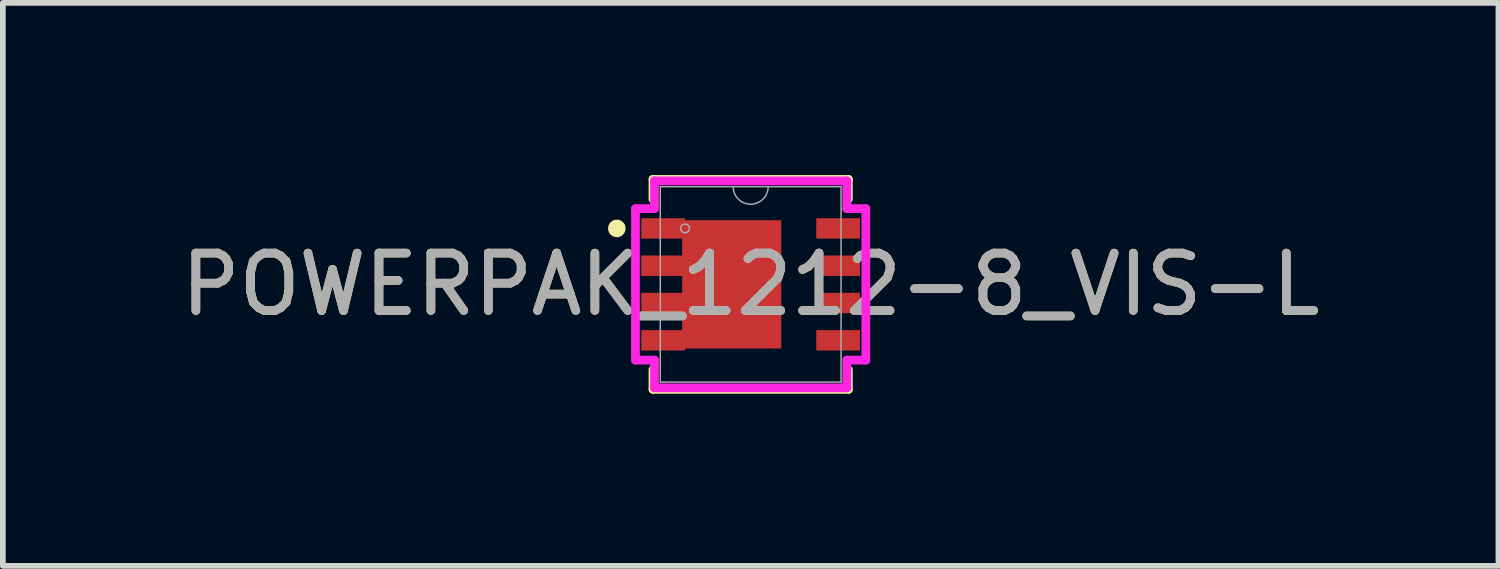
<source format=kicad_pcb>
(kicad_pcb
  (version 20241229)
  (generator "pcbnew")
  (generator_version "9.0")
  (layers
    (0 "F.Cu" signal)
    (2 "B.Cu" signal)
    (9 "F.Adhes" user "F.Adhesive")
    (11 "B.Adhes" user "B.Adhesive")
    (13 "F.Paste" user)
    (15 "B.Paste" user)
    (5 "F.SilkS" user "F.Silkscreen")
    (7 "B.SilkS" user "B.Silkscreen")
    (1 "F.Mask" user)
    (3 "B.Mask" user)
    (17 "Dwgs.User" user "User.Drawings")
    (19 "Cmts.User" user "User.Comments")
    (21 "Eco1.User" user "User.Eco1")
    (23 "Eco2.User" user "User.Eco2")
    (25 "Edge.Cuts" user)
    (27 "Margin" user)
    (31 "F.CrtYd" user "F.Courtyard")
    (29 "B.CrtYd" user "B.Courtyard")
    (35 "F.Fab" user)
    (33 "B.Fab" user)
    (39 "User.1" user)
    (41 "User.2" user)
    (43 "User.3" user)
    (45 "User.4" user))
  (footprint "POWERPAK_1212-8_VIS-L"
    (layer "F.Cu")
    (at 10.03 1.905)
    (property "Reference" "POWERPAK_1212-8_VIS-L" (at 0 0 0) (unlocked yes) (layer "F.SilkS") (effects (font (size 1 1) (thickness 0.15))))
    (attr smd)
    (fp_poly (pts (xy -1.194 -1.118) (xy 0.533 -1.118) (xy 0.533 1.118) (xy -1.194 1.118)) (stroke (width 0) (type solid)) (fill yes) (layer "F.Cu"))
    (fp_poly (pts (xy -1.194 -1.118) (xy 0.533 -1.118) (xy 0.533 1.118) (xy -1.194 1.118)) (stroke (width 0) (type solid)) (fill yes) (layer "F.Mask"))
    (fp_line (start -1.702 -1.829) (end -1.702 -1.486) (stroke (width 0.152) (type solid)) (layer "F.SilkS"))
    (fp_line (start -1.702 1.486) (end -1.702 1.829) (stroke (width 0.152) (type solid)) (layer "F.SilkS"))
    (fp_line (start -1.702 1.829) (end 1.702 1.829) (stroke (width 0.152) (type solid)) (layer "F.SilkS"))
    (fp_line (start 1.702 -1.829) (end -1.702 -1.829) (stroke (width 0.152) (type solid)) (layer "F.SilkS"))
    (fp_line (start 1.702 -1.486) (end 1.702 -1.829) (stroke (width 0.152) (type solid)) (layer "F.SilkS"))
    (fp_line (start 1.702 1.829) (end 1.702 1.486) (stroke (width 0.152) (type solid)) (layer "F.SilkS"))
    (fp_circle (center -2.332 -0.975) (end -2.255 -0.975) (stroke (width 0.152) (type solid)) (fill no) (layer "F.SilkS"))
    (fp_poly (pts (xy -1.194 -1.118) (xy 0.533 -1.118) (xy 0.533 1.118) (xy -1.194 1.118)) (stroke (width 0) (type solid)) (fill yes) (layer "F.Paste"))
    (fp_line (start -2.007 -1.32) (end -1.676 -1.32) (stroke (width 0.152) (type solid)) (layer "F.CrtYd"))
    (fp_line (start -2.007 1.32) (end -2.007 -1.32) (stroke (width 0.152) (type solid)) (layer "F.CrtYd"))
    (fp_line (start -2.007 1.32) (end -1.676 1.32) (stroke (width 0.152) (type solid)) (layer "F.CrtYd"))
    (fp_line (start -1.676 -1.803) (end 1.676 -1.803) (stroke (width 0.152) (type solid)) (layer "F.CrtYd"))
    (fp_line (start -1.676 -1.32) (end -1.676 -1.803) (stroke (width 0.152) (type solid)) (layer "F.CrtYd"))
    (fp_line (start -1.676 1.803) (end -1.676 1.32) (stroke (width 0.152) (type solid)) (layer "F.CrtYd"))
    (fp_line (start 1.676 -1.803) (end 1.676 -1.32) (stroke (width 0.152) (type solid)) (layer "F.CrtYd"))
    (fp_line (start 1.676 1.32) (end 1.676 1.803) (stroke (width 0.152) (type solid)) (layer "F.CrtYd"))
    (fp_line (start 1.676 1.803) (end -1.676 1.803) (stroke (width 0.152) (type solid)) (layer "F.CrtYd"))
    (fp_line (start 2.007 -1.32) (end 1.676 -1.32) (stroke (width 0.152) (type solid)) (layer "F.CrtYd"))
    (fp_line (start 2.007 -1.32) (end 2.007 1.32) (stroke (width 0.152) (type solid)) (layer "F.CrtYd"))
    (fp_line (start 2.007 1.32) (end 1.676 1.32) (stroke (width 0.152) (type solid)) (layer "F.CrtYd"))
    (fp_line (start -1.575 -1.702) (end -1.575 1.702) (stroke (width 0.025) (type solid)) (layer "F.Fab"))
    (fp_line (start -1.575 1.702) (end 1.575 1.702) (stroke (width 0.025) (type solid)) (layer "F.Fab"))
    (fp_line (start 1.575 -1.702) (end -1.575 -1.702) (stroke (width 0.025) (type solid)) (layer "F.Fab"))
    (fp_line (start 1.575 1.702) (end 1.575 -1.702) (stroke (width 0.025) (type solid)) (layer "F.Fab"))
    (fp_arc (start 0.3048 -1.7018) (mid 0 -1.397) (end -0.3048 -1.7018) (stroke (width 0.0254) (type solid)) (layer "F.Fab"))
    (fp_circle (center -1.143 -0.975) (end -1.067 -0.975) (stroke (width 0.025) (type solid)) (fill no) (layer "F.Fab"))
    (fp_text user "${REFERENCE}" (at 0 0 0) (unlocked yes) (layer "F.Fab") (effects (font (size 1 1) (thickness 0.15))))
    (pad "1" smd rect (at -1.524 -0.975) (size 0.762 0.356) (layers "F.Cu" "F.Mask" "F.Paste"))
    (pad "2" smd rect (at -1.524 -0.325) (size 0.762 0.356) (layers "F.Cu" "F.Mask" "F.Paste"))
    (pad "3" smd rect (at -1.524 0.325) (size 0.762 0.356) (layers "F.Cu" "F.Mask" "F.Paste"))
    (pad "4" smd rect (at -1.524 0.975) (size 0.762 0.356) (layers "F.Cu" "F.Mask" "F.Paste"))
    (pad "5" smd rect (at 1.524 0.975) (size 0.762 0.356) (layers "F.Cu" "F.Mask" "F.Paste"))
    (pad "6" smd rect (at 1.524 0.325) (size 0.762 0.356) (layers "F.Cu" "F.Mask" "F.Paste"))
    (pad "7" smd rect (at 1.524 -0.325) (size 0.762 0.356) (layers "F.Cu" "F.Mask" "F.Paste"))
    (pad "8" smd rect (at 1.524 -0.975) (size 0.762 0.356) (layers "F.Cu" "F.Mask" "F.Paste")))
  (gr_rect
    (start -3 -3)
    (end 23.06 6.81)
    (stroke (width 0.1) (type default))
    (fill no)
    (layer "Edge.Cuts")))
</source>
